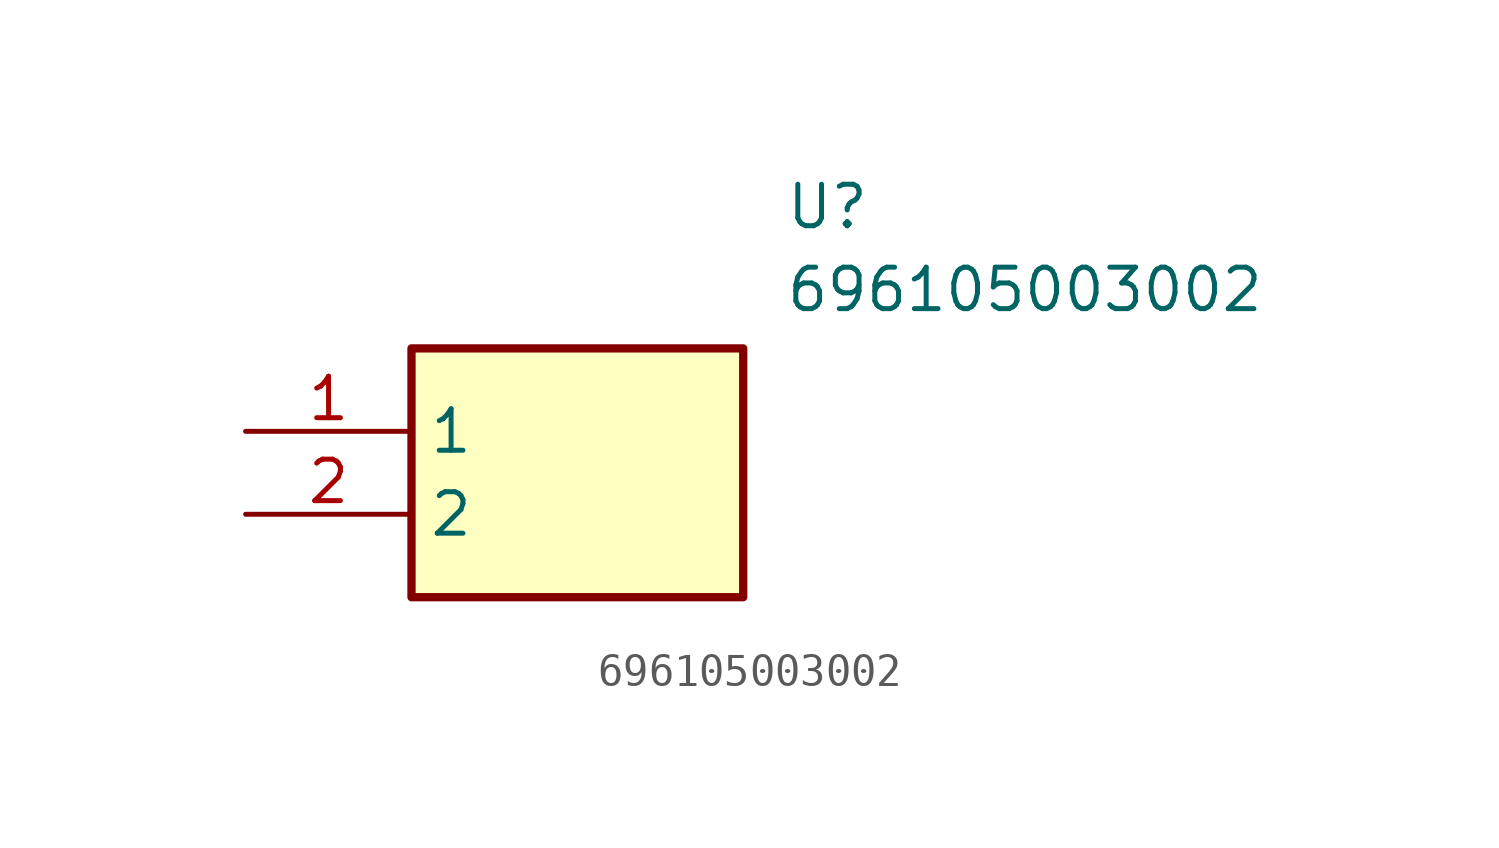
<source format=kicad_sym>
(kicad_symbol_lib
  (version 20220914)
  (generator SamacSys_ECAD_Model)
  (symbol "696105003002"
    (property "Reference" "U"
      (at 16.51 7.62 0)
      (effects (font (size 1.27 1.27)) (justify left top)))
    (property "Value" "696105003002"
      (at 16.51 5.08 0)
      (effects (font (size 1.27 1.27)) (justify left top)))
    (rectangle
      (start 5.08 2.54)
      (end 15.24 -5.08)
      (stroke (width 0.254) (type default))
      (fill (type background)))
    (pin passive line
      (at 0 0 0)
      (length 5.08)
      (name "1" (effects (font (size 1.27 1.27))))
      (number "1" (effects (font (size 1.27 1.27)))))
    (pin passive line
      (at 0 -2.54 0)
      (length 5.08)
      (name "2" (effects (font (size 1.27 1.27))))
      (number "2" (effects (font (size 1.27 1.27)))))))
</source>
